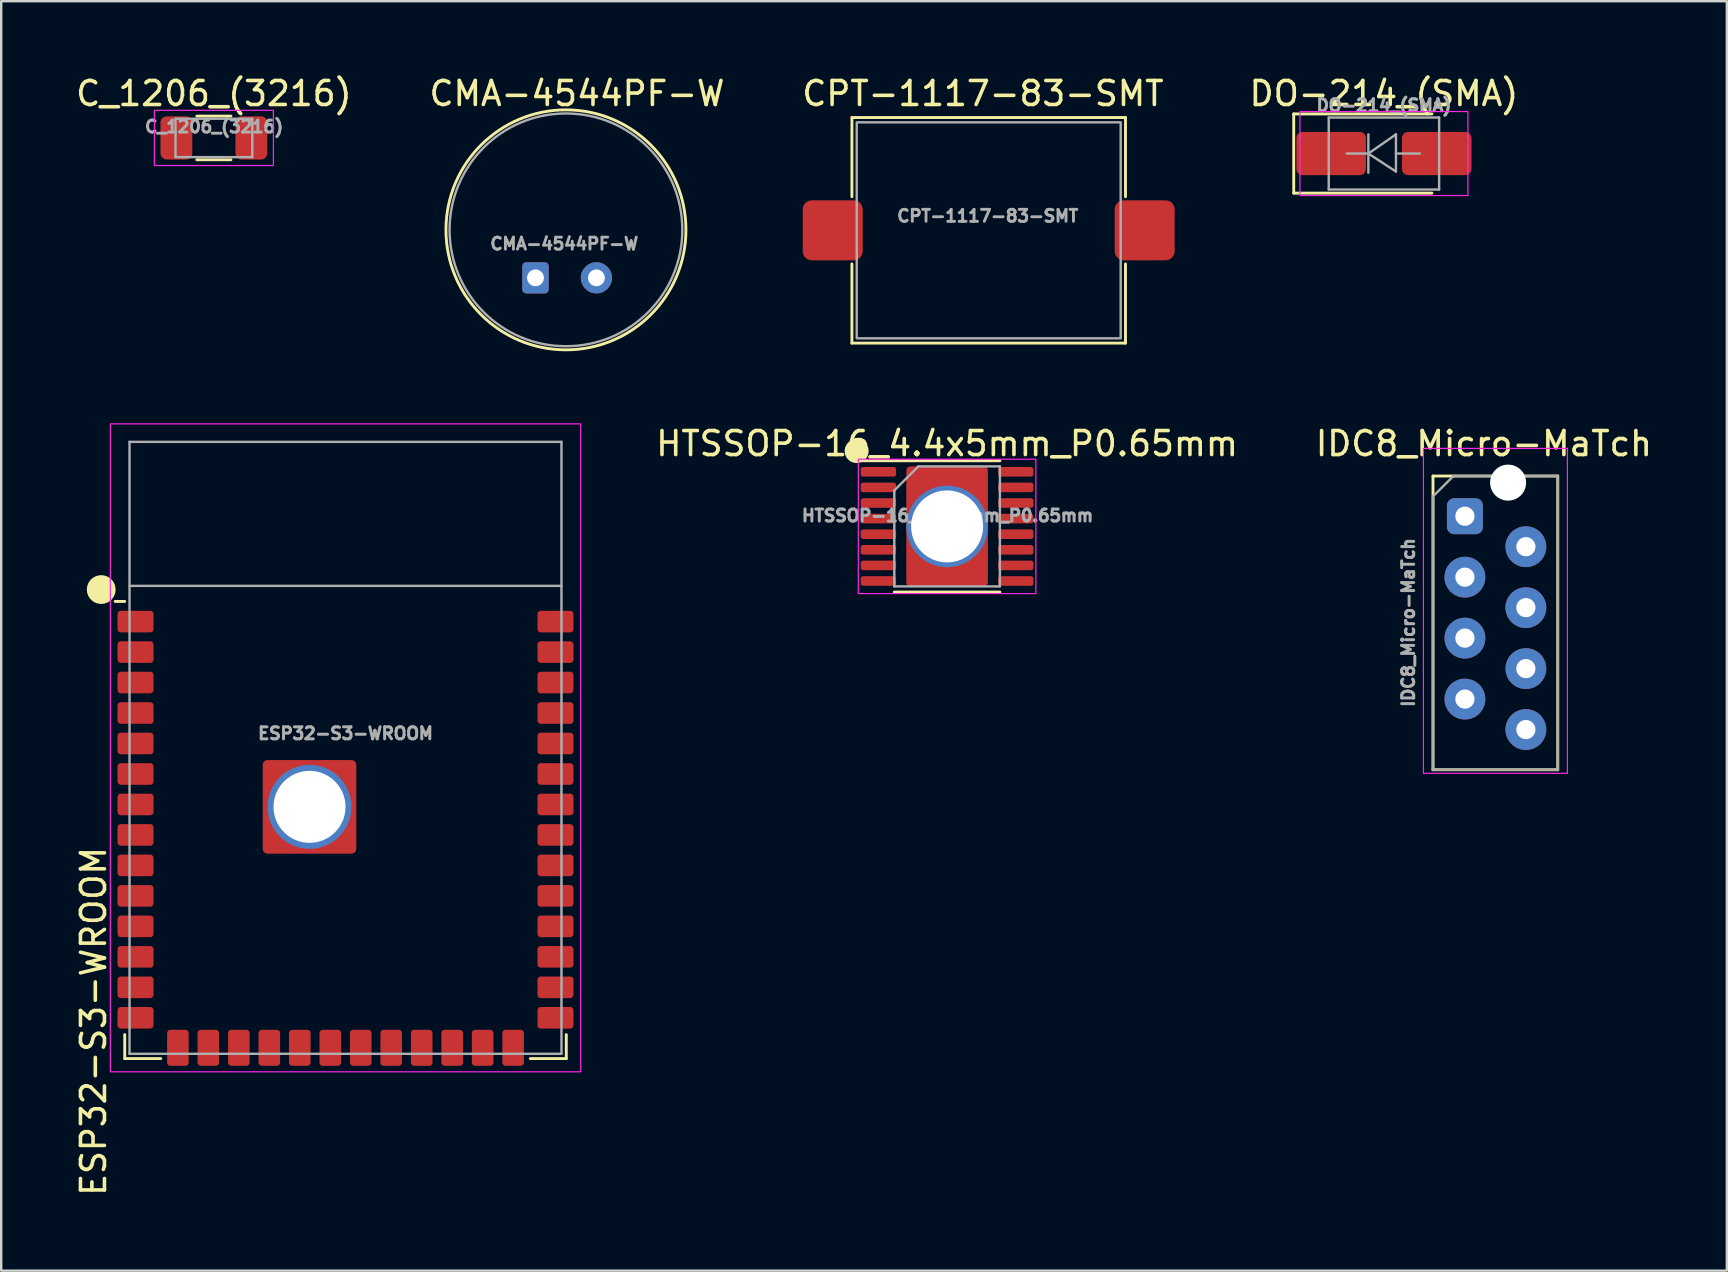
<source format=kicad_pcb>
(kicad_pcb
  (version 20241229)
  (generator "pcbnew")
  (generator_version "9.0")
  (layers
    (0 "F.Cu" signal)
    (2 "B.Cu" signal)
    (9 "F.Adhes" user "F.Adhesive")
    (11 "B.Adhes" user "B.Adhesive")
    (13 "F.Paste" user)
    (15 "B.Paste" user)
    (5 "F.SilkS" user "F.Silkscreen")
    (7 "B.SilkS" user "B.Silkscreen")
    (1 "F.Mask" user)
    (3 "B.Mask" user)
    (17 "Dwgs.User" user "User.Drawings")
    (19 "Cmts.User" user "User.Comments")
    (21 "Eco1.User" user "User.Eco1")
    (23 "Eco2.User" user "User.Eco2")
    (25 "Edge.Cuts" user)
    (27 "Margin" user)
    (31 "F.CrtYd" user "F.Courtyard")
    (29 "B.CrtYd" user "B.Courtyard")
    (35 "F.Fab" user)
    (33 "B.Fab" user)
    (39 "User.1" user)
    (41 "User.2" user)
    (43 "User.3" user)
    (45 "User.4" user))
  (footprint "IDC8_Micro-MaTch"
    (layer "F.Cu")
    (at 59.266 22.912)
    (property "Reference" "IDC8_Micro-MaTch" (at -0.48 -7.475 0) (layer "F.SilkS") (effects (font (size 1 1) (thickness 0.15))))
    (attr through_hole)
    (fp_line (start -2.6 -6.125) (end -2.6 6.115) (stroke (width 0.12) (type solid)) (layer "F.SilkS"))
    (fp_line (start -2.6 6.115) (end 2.6 6.115) (stroke (width 0.12) (type solid)) (layer "F.SilkS"))
    (fp_line (start 2.6 -6.125) (end -2.6 -6.125) (stroke (width 0.12) (type solid)) (layer "F.SilkS"))
    (fp_line (start 2.6 -6.125) (end 2.6 6.115) (stroke (width 0.12) (type solid)) (layer "F.SilkS"))
    (fp_line (start -3 -7.275) (end -3 6.265) (stroke (width 0.05) (type solid)) (layer "F.CrtYd"))
    (fp_line (start -3 6.265) (end 3 6.265) (stroke (width 0.05) (type solid)) (layer "F.CrtYd"))
    (fp_line (start 3 -7.275) (end -3 -7.275) (stroke (width 0.05) (type solid)) (layer "F.CrtYd"))
    (fp_line (start 3 6.265) (end 3 -7.275) (stroke (width 0.05) (type solid)) (layer "F.CrtYd"))
    (fp_line (start -2.6 -5.275) (end -2.6 6.115) (stroke (width 0.1) (type solid)) (layer "F.Fab"))
    (fp_line (start -2.6 6.115) (end 2.6 6.115) (stroke (width 0.1) (type solid)) (layer "F.Fab"))
    (fp_line (start -1.75 -6.125) (end -2.6 -5.275) (stroke (width 0.1) (type solid)) (layer "F.Fab"))
    (fp_line (start 2.6 -6.125) (end -1.75 -6.125) (stroke (width 0.1) (type solid)) (layer "F.Fab"))
    (fp_line (start 2.6 -6.125) (end 2.6 6.115) (stroke (width 0.1) (type solid)) (layer "F.Fab"))
    (fp_text user "${REFERENCE}" (at -3.63 -0.02 90) (layer "F.Fab") (effects (font (size 0.5 0.5) (thickness 0.125))))
    (pad "" np_thru_hole circle (at 0.53 -5.85) (size 1.5 1.5) (drill 1.5) (layers "*.Cu" "*.Mask"))
    (pad "1" thru_hole roundrect (at -1.27 -4.45) (size 1.5 1.5) (drill 0.8) (layers "*.Cu" "*.Mask") (roundrect_rratio 0.2))
    (pad "2" thru_hole oval (at 1.27 -3.18) (size 1.7 1.7) (drill 0.8) (layers "*.Cu" "*.Mask"))
    (pad "3" thru_hole oval (at -1.27 -1.91) (size 1.7 1.7) (drill 0.8) (layers "*.Cu" "*.Mask"))
    (pad "4" thru_hole oval (at 1.27 -0.64) (size 1.7 1.7) (drill 0.8) (layers "*.Cu" "*.Mask"))
    (pad "5" thru_hole oval (at -1.27 0.63) (size 1.7 1.7) (drill 0.8) (layers "*.Cu" "*.Mask"))
    (pad "6" thru_hole oval (at 1.27 1.9) (size 1.7 1.7) (drill 0.8) (layers "*.Cu" "*.Mask"))
    (pad "7" thru_hole oval (at -1.27 3.17) (size 1.7 1.7) (drill 0.8) (layers "*.Cu" "*.Mask"))
    (pad "8" thru_hole oval (at 1.27 4.44) (size 1.7 1.7) (drill 0.8) (layers "*.Cu" "*.Mask")))
  (footprint "ESP32-S3-WROOM"
    (layer "F.Cu")
    (at 11.348 31.108)
    (property "Reference" "ESP32-S3-WROOM" (at -10.5 8.405 90) (unlocked yes) (layer "F.SilkS") (effects (font (size 1 1) (thickness 0.15))))
    (attr smd)
    (fp_line (start -9.2 -9.095) (end -9.6 -9.095) (stroke (width 0.12) (type solid)) (layer "F.SilkS"))
    (fp_line (start -9.2 8.955) (end -9.2 9.955) (stroke (width 0.12) (type solid)) (layer "F.SilkS"))
    (fp_line (start -9.2 9.955) (end -7.7 9.955) (stroke (width 0.12) (type solid)) (layer "F.SilkS"))
    (fp_line (start 9.2 9.955) (end 7.7 9.955) (stroke (width 0.12) (type solid)) (layer "F.SilkS"))
    (fp_line (start 9.2 9.955) (end 9.2 8.955) (stroke (width 0.12) (type solid)) (layer "F.SilkS"))
    (fp_circle (center -10.18 -9.59) (end -9.88 -9.59) (stroke (width 0.6) (type default)) (fill no) (layer "F.SilkS"))
    (fp_rect (start -9.8 -16.495) (end 9.8 10.505) (stroke (width 0.05) (type default)) (fill no) (layer "F.CrtYd"))
    (fp_line (start -9 -15.745) (end 9 -15.745) (stroke (width 0.1) (type solid)) (layer "F.Fab"))
    (fp_line (start -9 -9.745) (end 9 -9.745) (stroke (width 0.1) (type solid)) (layer "F.Fab"))
    (fp_line (start -9 9.755) (end -9 -15.745) (stroke (width 0.1) (type solid)) (layer "F.Fab"))
    (fp_line (start -9 9.755) (end 9 9.755) (stroke (width 0.1) (type solid)) (layer "F.Fab"))
    (fp_line (start 9 9.755) (end 9 -15.745) (stroke (width 0.1) (type solid)) (layer "F.Fab"))
    (fp_text user "${REFERENCE}" (at 0 -3.595 0) (unlocked yes) (layer "F.Fab") (effects (font (size 0.5 0.5) (thickness 0.125))))
    (pad "" smd rect (at -2.9 -1.935) (size 0.9 0.9) (layers "F.Paste"))
    (pad "" smd rect (at -2.9 -0.535 270) (size 0.9 0.9) (layers "F.Paste"))
    (pad "" smd rect (at -2.9 0.865) (size 0.9 0.9) (layers "F.Paste"))
    (pad "" smd rect (at -1.5 -1.935 270) (size 0.9 0.9) (layers "F.Paste"))
    (pad "" smd rect (at -1.5 -0.535 270) (size 0.9 0.9) (layers "F.Paste"))
    (pad "" smd rect (at -1.5 0.865 270) (size 0.9 0.9) (layers "F.Paste"))
    (pad "" smd rect (at -0.1 -1.935 270) (size 0.9 0.9) (layers "F.Paste"))
    (pad "" smd rect (at -0.1 -0.535 270) (size 0.9 0.9) (layers "F.Paste"))
    (pad "" smd rect (at -0.1 0.865 270) (size 0.9 0.9) (layers "F.Paste"))
    (pad "1" smd roundrect (at -8.75 -8.255) (size 1.5 0.9) (layers "F.Cu" "F.Mask" "F.Paste") (roundrect_rratio 0.15))
    (pad "2" smd roundrect (at -8.75 -6.985) (size 1.5 0.9) (layers "F.Cu" "F.Mask" "F.Paste") (roundrect_rratio 0.15))
    (pad "3" smd roundrect (at -8.75 -5.715) (size 1.5 0.9) (layers "F.Cu" "F.Mask" "F.Paste") (roundrect_rratio 0.15))
    (pad "4" smd roundrect (at -8.75 -4.445) (size 1.5 0.9) (layers "F.Cu" "F.Mask" "F.Paste") (roundrect_rratio 0.15))
    (pad "5" smd roundrect (at -8.75 -3.175) (size 1.5 0.9) (layers "F.Cu" "F.Mask" "F.Paste") (roundrect_rratio 0.15))
    (pad "6" smd roundrect (at -8.75 -1.905) (size 1.5 0.9) (layers "F.Cu" "F.Mask" "F.Paste") (roundrect_rratio 0.15))
    (pad "7" smd roundrect (at -8.75 -0.635) (size 1.5 0.9) (layers "F.Cu" "F.Mask" "F.Paste") (roundrect_rratio 0.15))
    (pad "8" smd roundrect (at -8.75 0.635) (size 1.5 0.9) (layers "F.Cu" "F.Mask" "F.Paste") (roundrect_rratio 0.15))
    (pad "9" smd roundrect (at -8.75 1.905) (size 1.5 0.9) (layers "F.Cu" "F.Mask" "F.Paste") (roundrect_rratio 0.15))
    (pad "10" smd roundrect (at -8.75 3.175) (size 1.5 0.9) (layers "F.Cu" "F.Mask" "F.Paste") (roundrect_rratio 0.15))
    (pad "11" smd roundrect (at -8.75 4.445) (size 1.5 0.9) (layers "F.Cu" "F.Mask" "F.Paste") (roundrect_rratio 0.15))
    (pad "12" smd roundrect (at -8.75 5.715) (size 1.5 0.9) (layers "F.Cu" "F.Mask" "F.Paste") (roundrect_rratio 0.15))
    (pad "13" smd roundrect (at -8.75 6.985) (size 1.5 0.9) (layers "F.Cu" "F.Mask" "F.Paste") (roundrect_rratio 0.15))
    (pad "14" smd roundrect (at -8.75 8.255) (size 1.5 0.9) (layers "F.Cu" "F.Mask" "F.Paste") (roundrect_rratio 0.15))
    (pad "15" smd roundrect (at -6.985 9.505 90) (size 1.5 0.9) (layers "F.Cu" "F.Mask" "F.Paste") (roundrect_rratio 0.15))
    (pad "16" smd roundrect (at -5.715 9.505 90) (size 1.5 0.9) (layers "F.Cu" "F.Mask" "F.Paste") (roundrect_rratio 0.15))
    (pad "17" smd roundrect (at -4.445 9.505 90) (size 1.5 0.9) (layers "F.Cu" "F.Mask" "F.Paste") (roundrect_rratio 0.15))
    (pad "18" smd roundrect (at -3.175 9.505 90) (size 1.5 0.9) (layers "F.Cu" "F.Mask" "F.Paste") (roundrect_rratio 0.15))
    (pad "19" smd roundrect (at -1.905 9.505 90) (size 1.5 0.9) (layers "F.Cu" "F.Mask" "F.Paste") (roundrect_rratio 0.15))
    (pad "20" smd roundrect (at -0.635 9.505 90) (size 1.5 0.9) (layers "F.Cu" "F.Mask" "F.Paste") (roundrect_rratio 0.15))
    (pad "21" smd roundrect (at 0.635 9.505 90) (size 1.5 0.9) (layers "F.Cu" "F.Mask" "F.Paste") (roundrect_rratio 0.15))
    (pad "22" smd roundrect (at 1.905 9.505 90) (size 1.5 0.9) (layers "F.Cu" "F.Mask" "F.Paste") (roundrect_rratio 0.15))
    (pad "23" smd roundrect (at 3.175 9.505 90) (size 1.5 0.9) (layers "F.Cu" "F.Mask" "F.Paste") (roundrect_rratio 0.15))
    (pad "24" smd roundrect (at 4.445 9.505 90) (size 1.5 0.9) (layers "F.Cu" "F.Mask" "F.Paste") (roundrect_rratio 0.15))
    (pad "25" smd roundrect (at 5.715 9.505 90) (size 1.5 0.9) (layers "F.Cu" "F.Mask" "F.Paste") (roundrect_rratio 0.15))
    (pad "26" smd roundrect (at 6.985 9.505 90) (size 1.5 0.9) (layers "F.Cu" "F.Mask" "F.Paste") (roundrect_rratio 0.15))
    (pad "27" smd roundrect (at 8.75 8.255 180) (size 1.5 0.9) (layers "F.Cu" "F.Mask" "F.Paste") (roundrect_rratio 0.15))
    (pad "28" smd roundrect (at 8.75 6.985 180) (size 1.5 0.9) (layers "F.Cu" "F.Mask" "F.Paste") (roundrect_rratio 0.15))
    (pad "29" smd roundrect (at 8.75 5.715 180) (size 1.5 0.9) (layers "F.Cu" "F.Mask" "F.Paste") (roundrect_rratio 0.15))
    (pad "30" smd roundrect (at 8.75 4.445 180) (size 1.5 0.9) (layers "F.Cu" "F.Mask" "F.Paste") (roundrect_rratio 0.15))
    (pad "31" smd roundrect (at 8.75 3.175 180) (size 1.5 0.9) (layers "F.Cu" "F.Mask" "F.Paste") (roundrect_rratio 0.15))
    (pad "32" smd roundrect (at 8.75 1.905 180) (size 1.5 0.9) (layers "F.Cu" "F.Mask" "F.Paste") (roundrect_rratio 0.15))
    (pad "33" smd roundrect (at 8.75 0.635 180) (size 1.5 0.9) (layers "F.Cu" "F.Mask" "F.Paste") (roundrect_rratio 0.15))
    (pad "34" smd roundrect (at 8.75 -0.635 180) (size 1.5 0.9) (layers "F.Cu" "F.Mask" "F.Paste") (roundrect_rratio 0.15))
    (pad "35" smd roundrect (at 8.75 -1.905 180) (size 1.5 0.9) (layers "F.Cu" "F.Mask" "F.Paste") (roundrect_rratio 0.15))
    (pad "36" smd roundrect (at 8.75 -3.175 180) (size 1.5 0.9) (layers "F.Cu" "F.Mask" "F.Paste") (roundrect_rratio 0.15))
    (pad "37" smd roundrect (at 8.75 -4.445 180) (size 1.5 0.9) (layers "F.Cu" "F.Mask" "F.Paste") (roundrect_rratio 0.15))
    (pad "38" smd roundrect (at 8.75 -5.715 180) (size 1.5 0.9) (layers "F.Cu" "F.Mask" "F.Paste") (roundrect_rratio 0.15))
    (pad "39" smd roundrect (at 8.75 -6.985 180) (size 1.5 0.9) (layers "F.Cu" "F.Mask" "F.Paste") (roundrect_rratio 0.15))
    (pad "40" smd roundrect (at 8.75 -8.255 180) (size 1.5 0.9) (layers "F.Cu" "F.Mask" "F.Paste") (roundrect_rratio 0.15))
    (pad "41" thru_hole circle (at -1.5 -0.535) (size 3.5 3.5) (drill 3) (layers "*.Cu" "*.Mask"))
    (pad "41" smd roundrect (at -1.5 -0.535) (size 3.9 3.9) (layers "F.Cu" "F.Mask") (roundrect_rratio 0.05))
    (zone (net_name "") (layers "F.Cu" "B.Cu") (hatch full 0.508) (connect_pads) (min_thickness 0.254) (filled_areas_thickness no) (keepout (tracks not_allowed) (vias not_allowed) (pads not_allowed) (copperpour not_allowed) (footprints not_allowed)) (placement (enabled no)) (fill) (polygon (pts (xy 2.048 21.408) (xy 20.648 21.408) (xy 20.648 15.108) (xy 2.048 15.108)))))
  (footprint "HTSSOP-16_4.4x5mm_P0.65mm"
    (layer "F.Cu")
    (at 36.417 18.887)
    (property "Reference" "HTSSOP-16_4.4x5mm_P0.65mm" (at 0 -3.45 0) (layer "F.SilkS") (effects (font (size 1 1) (thickness 0.15))))
    (attr smd)
    (fp_line (start 2.2 -2.735) (end -3.6 -2.735) (stroke (width 0.12) (type default)) (layer "F.SilkS"))
    (fp_line (start 2.2 2.735) (end -2.2 2.735) (stroke (width 0.12) (type default)) (layer "F.SilkS"))
    (fp_circle (center -3.77 -3.14) (end -3.52 -3.14) (stroke (width 0.5) (type default)) (fill no) (layer "F.SilkS"))
    (fp_rect (start -3.7 -2.8) (end 3.7 2.8) (stroke (width 0.05) (type default)) (fill no) (layer "F.CrtYd"))
    (fp_line (start -2.2 -1.5) (end -1.2 -2.5) (stroke (width 0.1) (type solid)) (layer "F.Fab"))
    (fp_line (start -2.2 2.5) (end -2.2 -1.5) (stroke (width 0.1) (type solid)) (layer "F.Fab"))
    (fp_line (start -1.2 -2.5) (end 2.2 -2.5) (stroke (width 0.1) (type solid)) (layer "F.Fab"))
    (fp_line (start 2.2 -2.5) (end 2.2 2.5) (stroke (width 0.1) (type solid)) (layer "F.Fab"))
    (fp_line (start 2.2 2.5) (end -2.2 2.5) (stroke (width 0.1) (type solid)) (layer "F.Fab"))
    (fp_text user "${REFERENCE}" (at 0.02 -0.45 0) (layer "F.Fab") (effects (font (size 0.5 0.5) (thickness 0.125))))
    (pad "" smd roundrect (at 0 0) (size 2.52 2.66) (layers "F.Mask") (roundrect_rratio 0.05))
    (pad "0" thru_hole circle (at 0 0) (size 3.4 3.4) (drill 3) (property pad_prop_heatsink) (layers "*.Cu" "*.Mask"))
    (pad "0" smd roundrect (at 0 0) (size 3.4 5) (layers "F.Cu") (roundrect_rratio 0.05))
    (pad "1" smd roundrect (at -2.862 -2.275) (size 1.475 0.4) (layers "F.Cu" "F.Mask" "F.Paste") (roundrect_rratio 0.25))
    (pad "2" smd roundrect (at -2.862 -1.625) (size 1.475 0.4) (layers "F.Cu" "F.Mask" "F.Paste") (roundrect_rratio 0.25))
    (pad "3" smd roundrect (at -2.862 -0.975) (size 1.475 0.4) (layers "F.Cu" "F.Mask" "F.Paste") (roundrect_rratio 0.25))
    (pad "4" smd roundrect (at -2.862 -0.325) (size 1.475 0.4) (layers "F.Cu" "F.Mask" "F.Paste") (roundrect_rratio 0.25))
    (pad "5" smd roundrect (at -2.862 0.325) (size 1.475 0.4) (layers "F.Cu" "F.Mask" "F.Paste") (roundrect_rratio 0.25))
    (pad "6" smd roundrect (at -2.862 0.975) (size 1.475 0.4) (layers "F.Cu" "F.Mask" "F.Paste") (roundrect_rratio 0.25))
    (pad "7" smd roundrect (at -2.862 1.625) (size 1.475 0.4) (layers "F.Cu" "F.Mask" "F.Paste") (roundrect_rratio 0.25))
    (pad "8" smd roundrect (at -2.862 2.275) (size 1.475 0.4) (layers "F.Cu" "F.Mask" "F.Paste") (roundrect_rratio 0.25))
    (pad "9" smd roundrect (at 2.862 2.275) (size 1.475 0.4) (layers "F.Cu" "F.Mask" "F.Paste") (roundrect_rratio 0.25))
    (pad "10" smd roundrect (at 2.862 1.625) (size 1.475 0.4) (layers "F.Cu" "F.Mask" "F.Paste") (roundrect_rratio 0.25))
    (pad "11" smd roundrect (at 2.862 0.975) (size 1.475 0.4) (layers "F.Cu" "F.Mask" "F.Paste") (roundrect_rratio 0.25))
    (pad "12" smd roundrect (at 2.862 0.325) (size 1.475 0.4) (layers "F.Cu" "F.Mask" "F.Paste") (roundrect_rratio 0.25))
    (pad "13" smd roundrect (at 2.862 -0.325) (size 1.475 0.4) (layers "F.Cu" "F.Mask" "F.Paste") (roundrect_rratio 0.25))
    (pad "14" smd roundrect (at 2.862 -0.975) (size 1.475 0.4) (layers "F.Cu" "F.Mask" "F.Paste") (roundrect_rratio 0.25))
    (pad "15" smd roundrect (at 2.862 -1.625) (size 1.475 0.4) (layers "F.Cu" "F.Mask" "F.Paste") (roundrect_rratio 0.25))
    (pad "16" smd roundrect (at 2.862 -2.275) (size 1.475 0.4) (layers "F.Cu" "F.Mask" "F.Paste") (roundrect_rratio 0.25)))
  (footprint "C_1206_(3216)"
    (layer "F.Cu")
    (at 5.863 2.698)
    (property "Reference" "C_1206_(3216)" (at 0 -1.85 0) (layer "F.SilkS") (effects (font (size 1 1) (thickness 0.15))))
    (attr smd)
    (fp_line (start -0.711 -0.91) (end 0.711 -0.91) (stroke (width 0.12) (type solid)) (layer "F.SilkS"))
    (fp_line (start -0.711 0.91) (end 0.711 0.91) (stroke (width 0.12) (type solid)) (layer "F.SilkS"))
    (fp_rect (start 2.48 1.15) (end -2.48 -1.15) (stroke (width 0.05) (type default)) (fill no) (layer "F.CrtYd"))
    (fp_line (start -1.6 -0.8) (end 1.6 -0.8) (stroke (width 0.1) (type solid)) (layer "F.Fab"))
    (fp_line (start -1.6 0.8) (end -1.6 -0.8) (stroke (width 0.1) (type solid)) (layer "F.Fab"))
    (fp_line (start 1.6 -0.8) (end 1.6 0.8) (stroke (width 0.1) (type solid)) (layer "F.Fab"))
    (fp_line (start 1.6 0.8) (end -1.6 0.8) (stroke (width 0.1) (type solid)) (layer "F.Fab"))
    (fp_text user "${REFERENCE}" (at 0.01 -0.47 0) (layer "F.Fab") (effects (font (size 0.5 0.5) (thickness 0.12))))
    (pad "1" smd roundrect (at -1.562 0) (size 1.325 1.8) (layers "F.Cu" "F.Mask" "F.Paste") (roundrect_rratio 0.189))
    (pad "2" smd roundrect (at 1.562 0) (size 1.325 1.8) (layers "F.Cu" "F.Mask" "F.Paste") (roundrect_rratio 0.189)))
  (footprint "CMA-4544PF-W"
    (layer "F.Cu")
    (at 20.534 6.528)
    (property "Reference" "CMA-4544PF-W" (at 0.46 -5.68 0) (unlocked yes) (layer "F.SilkS") (effects (font (size 1 1) (thickness 0.15))))
    (attr smd)
    (fp_circle (center 0 0) (end 5 0) (stroke (width 0.12) (type default)) (fill no) (layer "F.SilkS"))
    (fp_circle (center 0 0) (end 4.85 0) (stroke (width 0.1) (type default)) (fill no) (layer "F.Fab"))
    (fp_text user "${REFERENCE}" (at -0.07 0.58 0) (unlocked yes) (layer "F.Fab") (effects (font (size 0.5 0.5) (thickness 0.12))))
    (pad "1" thru_hole roundrect (at -1.27 2) (size 1.1 1.3) (drill 0.7) (layers "*.Cu" "*.Mask") (roundrect_rratio 0.15))
    (pad "2" thru_hole circle (at 1.27 2) (size 1.3 1.3) (drill 0.7) (layers "*.Cu" "*.Mask")))
  (footprint "CPT-1117-83-SMT"
    (layer "F.Cu")
    (at 38.151 6.548)
    (property "Reference" "CPT-1117-83-SMT" (at -0.24 -5.7 0) (unlocked yes) (layer "F.SilkS") (effects (font (size 1 1) (thickness 0.15))))
    (attr smd)
    (fp_line (start -5.7 -1.4) (end -5.7 -4.7) (stroke (width 0.12) (type default)) (layer "F.SilkS"))
    (fp_line (start -5.7 1.4) (end -5.7 4.7) (stroke (width 0.12) (type default)) (layer "F.SilkS"))
    (fp_line (start -5.7 4.7) (end 5.7 4.7) (stroke (width 0.12) (type default)) (layer "F.SilkS"))
    (fp_line (start 5.7 -4.7) (end -5.7 -4.7) (stroke (width 0.12) (type default)) (layer "F.SilkS"))
    (fp_line (start 5.7 -1.4) (end 5.7 -4.7) (stroke (width 0.12) (type default)) (layer "F.SilkS"))
    (fp_line (start 5.7 1.4) (end 5.7 4.7) (stroke (width 0.12) (type default)) (layer "F.SilkS"))
    (fp_rect (start -5.5 -4.5) (end 5.5 4.5) (stroke (width 0.1) (type default)) (fill no) (layer "F.Fab"))
    (fp_text user "${REFERENCE}" (at -0.04 -0.6 0) (unlocked yes) (layer "F.Fab") (effects (font (size 0.5 0.5) (thickness 0.12))))
    (pad "1" smd roundrect (at -6.5 0) (size 2.5 2.5) (layers "F.Cu" "F.Mask" "F.Paste") (roundrect_rratio 0.15))
    (pad "2" smd roundrect (at 6.5 0) (size 2.5 2.5) (layers "F.Cu" "F.Mask" "F.Paste") (roundrect_rratio 0.15)))
  (footprint "DO-214_(SMA)"
    (layer "F.Cu")
    (at 54.621 3.348)
    (property "Reference" "DO-214_(SMA)" (at 0 -2.5 0) (layer "F.SilkS") (effects (font (size 1 1) (thickness 0.15))))
    (attr smd)
    (fp_line (start -3.759 -1.65) (end -3.759 1.65) (stroke (width 0.12) (type solid)) (layer "F.SilkS"))
    (fp_line (start -3.759 -1.65) (end 2 -1.65) (stroke (width 0.12) (type solid)) (layer "F.SilkS"))
    (fp_line (start -3.759 1.65) (end 2 1.65) (stroke (width 0.12) (type solid)) (layer "F.SilkS"))
    (fp_rect (start 3.5 1.75) (end -3.5 -1.75) (stroke (width 0.05) (type default)) (fill no) (layer "F.CrtYd"))
    (fp_line (start -2.3 1.5) (end -2.3 -1.5) (stroke (width 0.1) (type solid)) (layer "F.Fab"))
    (fp_line (start -0.649 -0.799) (end -0.649 0.801) (stroke (width 0.1) (type solid)) (layer "F.Fab"))
    (fp_line (start -0.649 0.001) (end -1.551 0.001) (stroke (width 0.1) (type solid)) (layer "F.Fab"))
    (fp_line (start -0.649 0.001) (end 0.501 -0.799) (stroke (width 0.1) (type solid)) (layer "F.Fab"))
    (fp_line (start -0.649 0.001) (end 0.501 0.75) (stroke (width 0.1) (type solid)) (layer "F.Fab"))
    (fp_line (start 0.501 0.001) (end 1.499 0.001) (stroke (width 0.1) (type solid)) (layer "F.Fab"))
    (fp_line (start 0.501 0.75) (end 0.501 -0.799) (stroke (width 0.1) (type solid)) (layer "F.Fab"))
    (fp_line (start 2.3 -1.5) (end -2.3 -1.5) (stroke (width 0.1) (type solid)) (layer "F.Fab"))
    (fp_line (start 2.3 -1.5) (end 2.3 1.5) (stroke (width 0.1) (type solid)) (layer "F.Fab"))
    (fp_line (start 2.3 1.5) (end -2.3 1.5) (stroke (width 0.1) (type solid)) (layer "F.Fab"))
    (fp_text user "${REFERENCE}" (at 0 -2.007 0) (layer "F.Fab") (effects (font (size 0.5 0.5) (thickness 0.125))))
    (pad "A" smd roundrect (at 2.2 0) (size 2.9 1.8) (layers "F.Cu" "F.Mask" "F.Paste") (roundrect_rratio 0.139))
    (pad "K" smd roundrect (at -2.2 0) (size 2.9 1.8) (layers "F.Cu" "F.Mask" "F.Paste") (roundrect_rratio 0.139)))
  (gr_rect
    (start -3 -3)
    (end 68.911 49.9)
    (stroke (width 0.1) (type default))
    (fill no)
    (layer "Edge.Cuts")))
</source>
